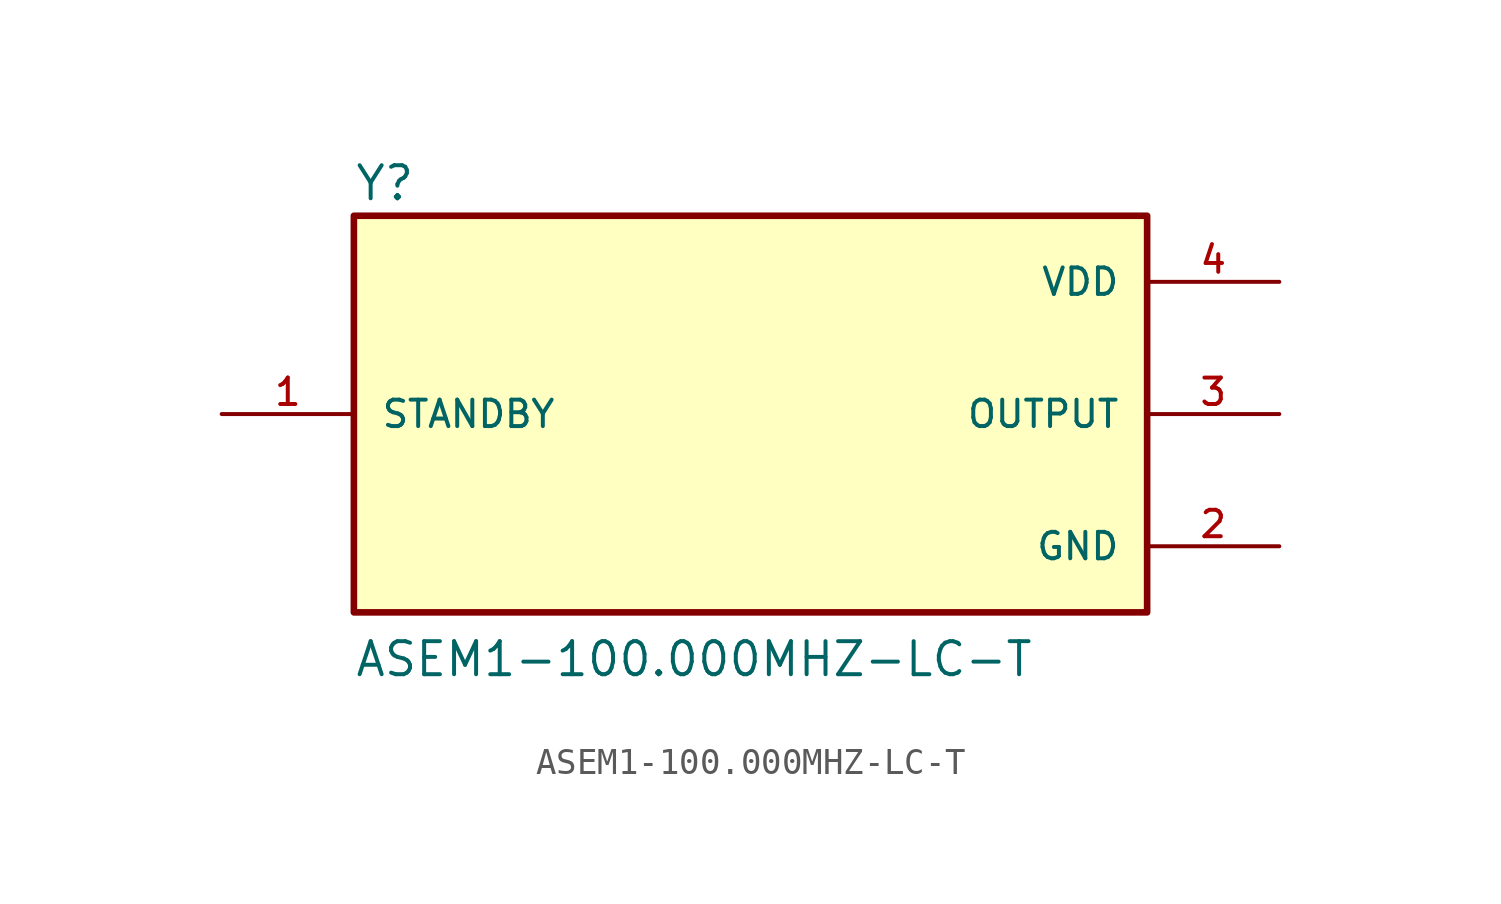
<source format=kicad_sym>
(kicad_symbol_lib
  (version 20211014)
  (generator kicad_symbol_editor)
  (symbol "ASEM1-100.000MHZ-LC-T"
    (pin_names
      (offset 1.016))
    (property "Reference" "Y"
      (at -15.24 8.128 0)
      (effects (font (size 1.27 1.27)) (justify bottom left)))
    (property "Value" "ASEM1-100.000MHZ-LC-T"
      (at -15.24 -10.16 0)
      (effects (font (size 1.27 1.27)) (justify bottom left)))
    (symbol "ASEM1-100.000MHZ-LC-T_0_0"
      (rectangle (start -15.24 -7.62) (end 15.24 7.62) (stroke (width 0.254)) (fill (type background)))
      (pin power_in line (at 20.32 5.08 180.0) (length 5.08) (name "VDD" (effects (font (size 1.016 1.016)))) (number "4" (effects (font (size 1.016 1.016)))))
      (pin passive line (at -20.32 0.0 0) (length 5.08) (name "STANDBY" (effects (font (size 1.016 1.016)))) (number "1" (effects (font (size 1.016 1.016)))))
      (pin power_in line (at 20.32 -5.08 180.0) (length 5.08) (name "GND" (effects (font (size 1.016 1.016)))) (number "2" (effects (font (size 1.016 1.016)))))
      (pin output line (at 20.32 0.0 180.0) (length 5.08) (name "OUTPUT" (effects (font (size 1.016 1.016)))) (number "3" (effects (font (size 1.016 1.016))))))))
</source>
